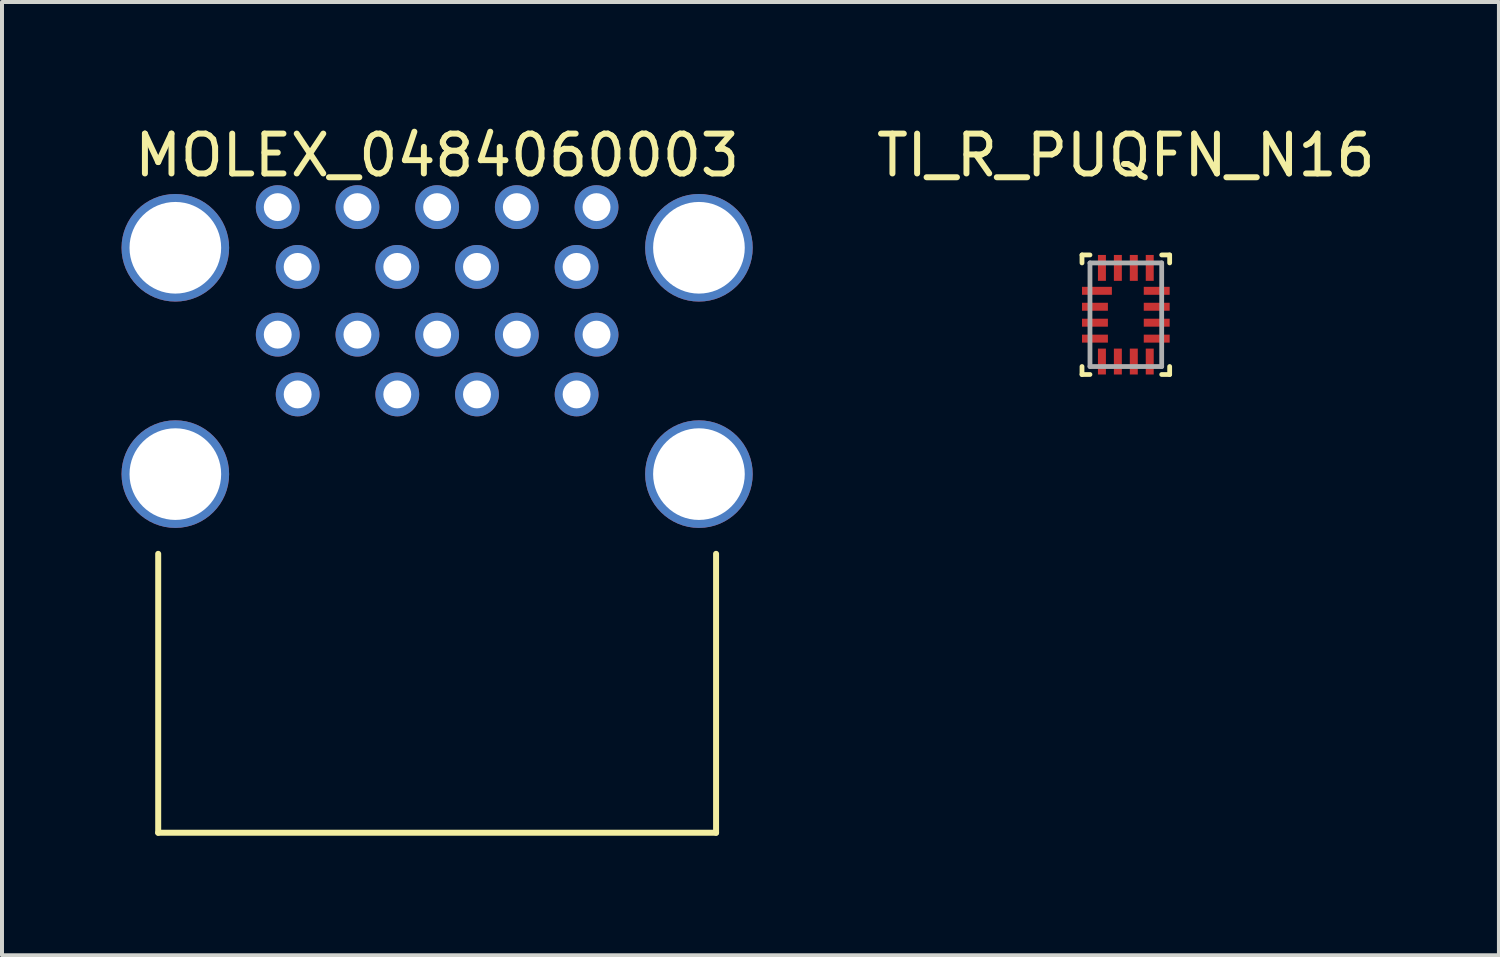
<source format=kicad_pcb>
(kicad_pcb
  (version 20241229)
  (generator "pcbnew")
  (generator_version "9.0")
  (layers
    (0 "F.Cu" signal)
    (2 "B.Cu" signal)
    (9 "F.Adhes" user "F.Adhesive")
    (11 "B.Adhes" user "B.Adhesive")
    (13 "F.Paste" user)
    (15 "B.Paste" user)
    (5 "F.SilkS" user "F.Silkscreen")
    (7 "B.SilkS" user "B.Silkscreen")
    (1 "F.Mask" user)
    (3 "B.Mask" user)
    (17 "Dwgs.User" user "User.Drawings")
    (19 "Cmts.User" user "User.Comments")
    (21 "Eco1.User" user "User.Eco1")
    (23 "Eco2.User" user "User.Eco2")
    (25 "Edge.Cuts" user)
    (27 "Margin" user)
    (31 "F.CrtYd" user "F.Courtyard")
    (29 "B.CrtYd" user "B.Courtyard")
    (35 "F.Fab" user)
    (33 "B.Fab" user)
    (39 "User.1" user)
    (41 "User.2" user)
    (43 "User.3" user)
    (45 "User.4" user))
  (footprint "MOLEX_0484060003"
    (layer "F.Cu")
    (at 7.92 8.848)
    (property "Reference" "MOLEX_0484060003" (at 0 -8 0) (layer "F.SilkS") (effects (font (size 1 1) (thickness 0.15))))
    (attr through_hole)
    (fp_line (start -7 9) (end -7 2) (stroke (width 0.15) (type solid)) (layer "F.SilkS"))
    (fp_line (start 7 9) (end -7 9) (stroke (width 0.15) (type solid)) (layer "F.SilkS"))
    (fp_line (start 7 9) (end 7 2) (stroke (width 0.15) (type solid)) (layer "F.SilkS"))
    (pad "1" thru_hole circle (at -3.5 -2) (size 1.1 1.1) (drill 0.7) (layers "*.Cu" "*.Mask"))
    (pad "2" thru_hole circle (at -1 -2) (size 1.1 1.1) (drill 0.7) (layers "*.Cu" "*.Mask"))
    (pad "3" thru_hole circle (at 1 -2) (size 1.1 1.1) (drill 0.7) (layers "*.Cu" "*.Mask"))
    (pad "4" thru_hole circle (at 3.5 -2) (size 1.1 1.1) (drill 0.7) (layers "*.Cu" "*.Mask"))
    (pad "5" thru_hole circle (at 4 -3.5) (size 1.1 1.1) (drill 0.7) (layers "*.Cu" "*.Mask"))
    (pad "6" thru_hole circle (at 2 -3.5) (size 1.1 1.1) (drill 0.7) (layers "*.Cu" "*.Mask"))
    (pad "7" thru_hole circle (at 0 -3.5) (size 1.1 1.1) (drill 0.7) (layers "*.Cu" "*.Mask"))
    (pad "8" thru_hole circle (at -2 -3.5) (size 1.1 1.1) (drill 0.7) (layers "*.Cu" "*.Mask"))
    (pad "9" thru_hole circle (at -4 -3.5) (size 1.1 1.1) (drill 0.7) (layers "*.Cu" "*.Mask"))
    (pad "10" thru_hole circle (at -3.5 -5.2) (size 1.1 1.1) (drill 0.7) (layers "*.Cu" "*.Mask"))
    (pad "11" thru_hole circle (at -1 -5.2) (size 1.1 1.1) (drill 0.7) (layers "*.Cu" "*.Mask"))
    (pad "12" thru_hole circle (at 1 -5.2) (size 1.1 1.1) (drill 0.7) (layers "*.Cu" "*.Mask"))
    (pad "13" thru_hole circle (at 3.5 -5.2) (size 1.1 1.1) (drill 0.7) (layers "*.Cu" "*.Mask"))
    (pad "14" thru_hole circle (at 4 -6.7) (size 1.1 1.1) (drill 0.7) (layers "*.Cu" "*.Mask"))
    (pad "15" thru_hole circle (at 2 -6.7) (size 1.1 1.1) (drill 0.7) (layers "*.Cu" "*.Mask"))
    (pad "16" thru_hole circle (at 0 -6.7) (size 1.1 1.1) (drill 0.7) (layers "*.Cu" "*.Mask"))
    (pad "17" thru_hole circle (at -2 -6.7) (size 1.1 1.1) (drill 0.7) (layers "*.Cu" "*.Mask"))
    (pad "18" thru_hole circle (at -4 -6.7) (size 1.1 1.1) (drill 0.7) (layers "*.Cu" "*.Mask"))
    (pad "MNT" thru_hole circle (at -6.57 -5.68) (size 2.7 2.7) (drill 2.3) (layers "*.Cu" "*.Mask"))
    (pad "MNT" thru_hole circle (at -6.57 0) (size 2.7 2.7) (drill 2.3) (layers "*.Cu" "*.Mask"))
    (pad "MNT" thru_hole circle (at 6.57 -5.68) (size 2.7 2.7) (drill 2.3) (layers "*.Cu" "*.Mask"))
    (pad "MNT" thru_hole circle (at 6.57 0) (size 2.7 2.7) (drill 2.3) (layers "*.Cu" "*.Mask")))
  (footprint "TI_R_PUQFN_N16"
    (layer "F.Cu")
    (at 25.203 4.848)
    (property "Reference" "TI_R_PUQFN_N16" (at 0 -4 0) (layer "F.SilkS") (effects (font (size 1 1) (thickness 0.15))))
    (attr through_hole)
    (fp_line (start -1.1 -1.5) (end -0.9 -1.5) (stroke (width 0.12) (type solid)) (layer "F.SilkS"))
    (fp_line (start -1.1 -1.3) (end -1.1 -1.5) (stroke (width 0.12) (type solid)) (layer "F.SilkS"))
    (fp_line (start -1.1 1.5) (end -1.1 1.3) (stroke (width 0.12) (type solid)) (layer "F.SilkS"))
    (fp_line (start -0.9 1.5) (end -1.1 1.5) (stroke (width 0.12) (type solid)) (layer "F.SilkS"))
    (fp_line (start 0.9 -1.5) (end 1.1 -1.5) (stroke (width 0.12) (type solid)) (layer "F.SilkS"))
    (fp_line (start 1.1 -1.5) (end 1.1 -1.3) (stroke (width 0.12) (type solid)) (layer "F.SilkS"))
    (fp_line (start 1.1 1.3) (end 1.1 1.5) (stroke (width 0.12) (type solid)) (layer "F.SilkS"))
    (fp_line (start 1.1 1.5) (end 0.9 1.5) (stroke (width 0.12) (type solid)) (layer "F.SilkS"))
    (fp_line (start -0.9 -1.3) (end 0.9 -1.3) (stroke (width 0.12) (type solid)) (layer "F.Fab"))
    (fp_line (start -0.9 1.3) (end -0.9 -1.3) (stroke (width 0.12) (type solid)) (layer "F.Fab"))
    (fp_line (start 0.9 -1.3) (end 0.9 1.3) (stroke (width 0.12) (type solid)) (layer "F.Fab"))
    (fp_line (start 0.9 1.3) (end -0.9 1.3) (stroke (width 0.12) (type solid)) (layer "F.Fab"))
    (pad "1" smd rect (at -0.725 -0.6 90) (size 0.2 0.75) (layers "F.Cu" "F.Mask" "F.Paste"))
    (pad "2" smd rect (at -0.775 -0.2 90) (size 0.2 0.65) (layers "F.Cu" "F.Mask" "F.Paste"))
    (pad "3" smd rect (at -0.775 0.2 90) (size 0.2 0.65) (layers "F.Cu" "F.Mask" "F.Paste"))
    (pad "4" smd rect (at -0.775 0.6 90) (size 0.2 0.65) (layers "F.Cu" "F.Mask" "F.Paste"))
    (pad "5" smd rect (at -0.6 1.175 180) (size 0.2 0.65) (layers "F.Cu" "F.Mask" "F.Paste"))
    (pad "6" smd rect (at -0.2 1.175 180) (size 0.2 0.65) (layers "F.Cu" "F.Mask" "F.Paste"))
    (pad "7" smd rect (at 0.2 1.175 180) (size 0.2 0.65) (layers "F.Cu" "F.Mask" "F.Paste"))
    (pad "8" smd rect (at 0.6 1.175 180) (size 0.2 0.65) (layers "F.Cu" "F.Mask" "F.Paste"))
    (pad "9" smd rect (at 0.775 0.6 90) (size 0.2 0.65) (layers "F.Cu" "F.Mask" "F.Paste"))
    (pad "10" smd rect (at 0.775 0.2 90) (size 0.2 0.65) (layers "F.Cu" "F.Mask" "F.Paste"))
    (pad "11" smd rect (at 0.775 -0.2 90) (size 0.2 0.65) (layers "F.Cu" "F.Mask" "F.Paste"))
    (pad "12" smd rect (at 0.775 -0.6 90) (size 0.2 0.65) (layers "F.Cu" "F.Mask" "F.Paste"))
    (pad "13" smd rect (at 0.6 -1.175 180) (size 0.2 0.65) (layers "F.Cu" "F.Mask" "F.Paste"))
    (pad "14" smd rect (at 0.2 -1.175 180) (size 0.2 0.65) (layers "F.Cu" "F.Mask" "F.Paste"))
    (pad "15" smd rect (at -0.2 -1.175 180) (size 0.2 0.65) (layers "F.Cu" "F.Mask" "F.Paste"))
    (pad "16" smd rect (at -0.6 -1.175 180) (size 0.2 0.65) (layers "F.Cu" "F.Mask" "F.Paste")))
  (gr_rect
    (start -3 -3)
    (end 34.566 20.923)
    (stroke (width 0.1) (type default))
    (fill no)
    (layer "Edge.Cuts")))
</source>
